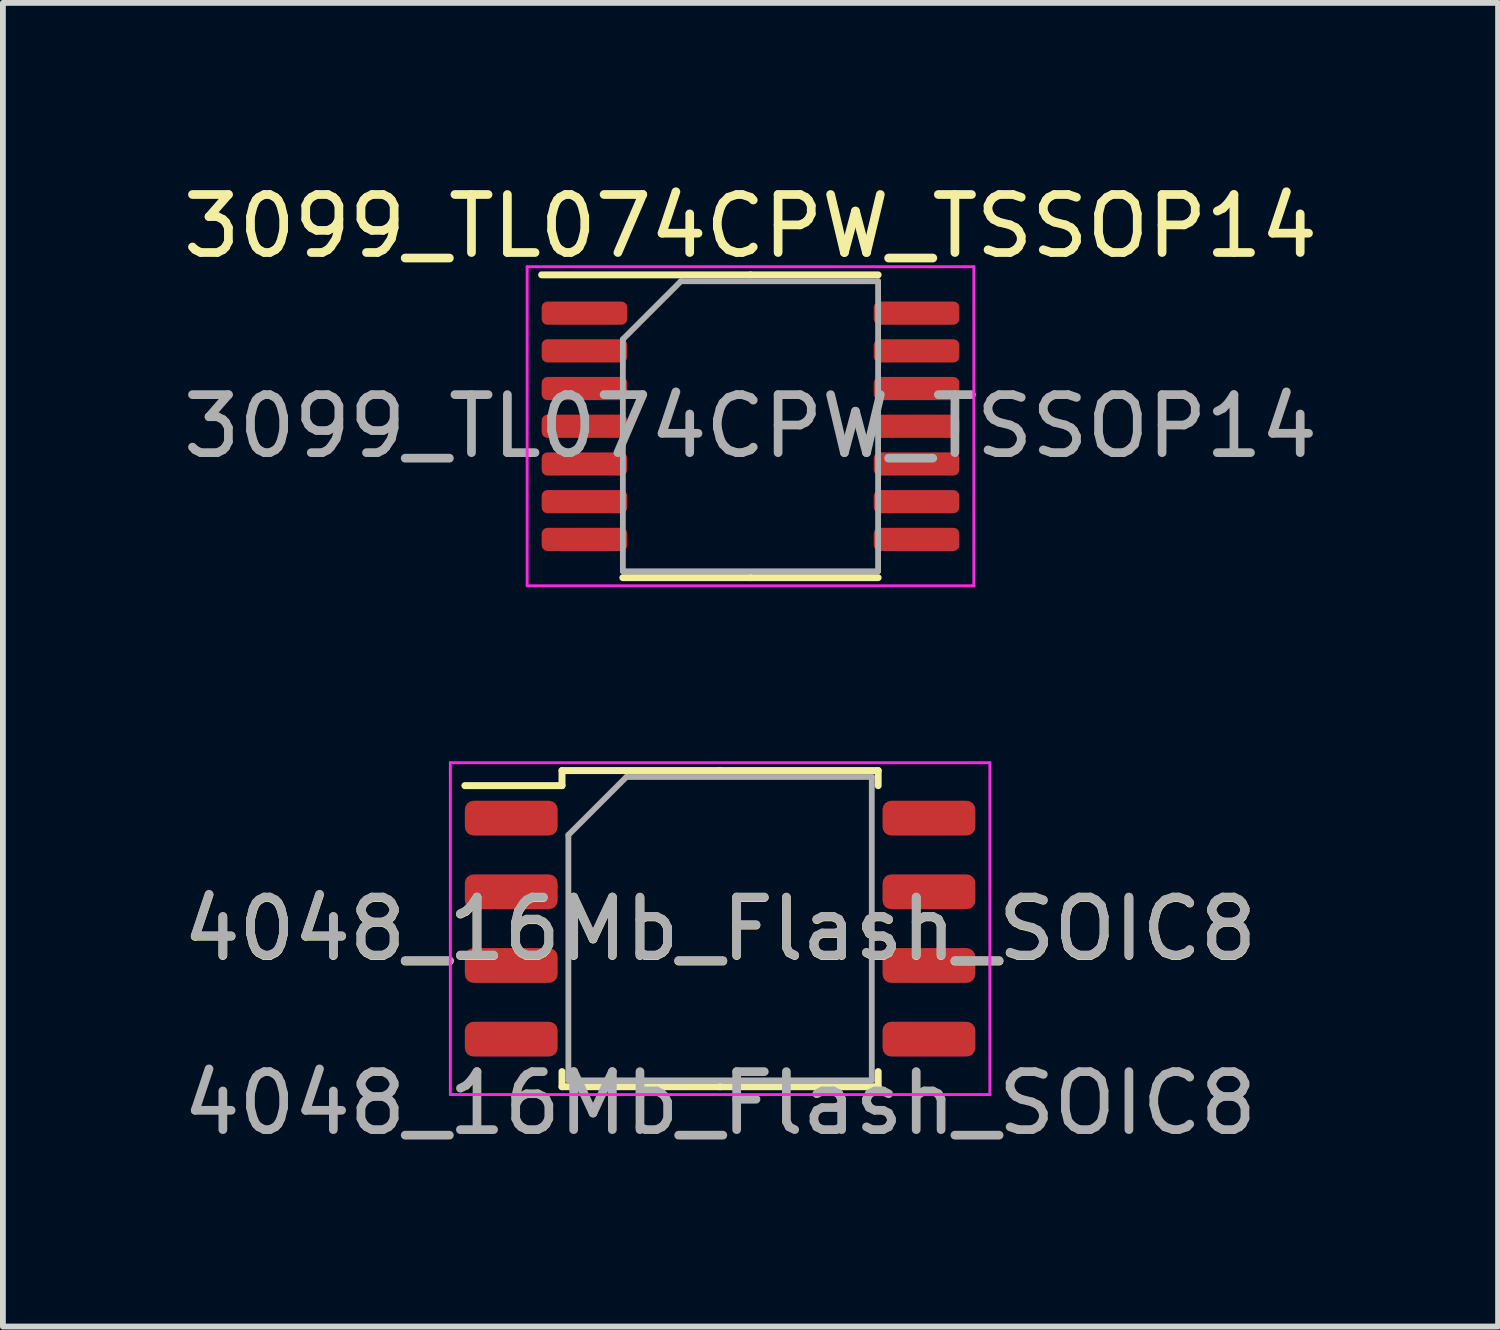
<source format=kicad_pcb>
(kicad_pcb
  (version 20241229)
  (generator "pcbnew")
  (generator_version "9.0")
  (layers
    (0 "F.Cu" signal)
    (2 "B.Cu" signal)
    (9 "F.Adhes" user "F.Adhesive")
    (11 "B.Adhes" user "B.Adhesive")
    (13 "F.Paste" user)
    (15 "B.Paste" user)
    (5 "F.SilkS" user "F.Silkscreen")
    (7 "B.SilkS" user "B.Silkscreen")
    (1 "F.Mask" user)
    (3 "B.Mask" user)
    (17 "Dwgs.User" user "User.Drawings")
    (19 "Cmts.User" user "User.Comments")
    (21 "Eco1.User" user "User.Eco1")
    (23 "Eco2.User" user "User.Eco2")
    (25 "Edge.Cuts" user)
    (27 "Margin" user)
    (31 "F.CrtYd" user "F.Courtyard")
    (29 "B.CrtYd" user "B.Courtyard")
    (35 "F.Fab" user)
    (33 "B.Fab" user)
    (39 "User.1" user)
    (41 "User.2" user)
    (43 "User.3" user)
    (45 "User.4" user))
  (footprint "4048_16Mb_Flash_SOIC8"
    (layer "F.Cu")
    (at 9.363 13.468)
    (property "Reference" "4048_16Mb_Flash_SOIC8" (at 0 -0.5 0) (unlocked yes) (layer "F.SilkS") (effects (font (size 1 1) (thickness 0.15))))
    (attr smd)
    (fp_line (start -2.725 -3.235) (end -2.725 -2.975) (stroke (width 0.12) (type solid)) (layer "F.SilkS"))
    (fp_line (start -2.725 -2.975) (end -4.4 -2.975) (stroke (width 0.12) (type solid)) (layer "F.SilkS"))
    (fp_line (start -2.725 2.215) (end -2.725 1.955) (stroke (width 0.12) (type solid)) (layer "F.SilkS"))
    (fp_line (start 0 -3.235) (end -2.725 -3.235) (stroke (width 0.12) (type solid)) (layer "F.SilkS"))
    (fp_line (start 0 -3.235) (end 2.725 -3.235) (stroke (width 0.12) (type solid)) (layer "F.SilkS"))
    (fp_line (start 0 2.215) (end -2.725 2.215) (stroke (width 0.12) (type solid)) (layer "F.SilkS"))
    (fp_line (start 0 2.215) (end 2.725 2.215) (stroke (width 0.12) (type solid)) (layer "F.SilkS"))
    (fp_line (start 2.725 -3.235) (end 2.725 -2.975) (stroke (width 0.12) (type solid)) (layer "F.SilkS"))
    (fp_line (start 2.725 2.215) (end 2.725 1.955) (stroke (width 0.12) (type solid)) (layer "F.SilkS"))
    (fp_line (start -4.65 -3.37) (end -4.65 2.35) (stroke (width 0.05) (type solid)) (layer "F.CrtYd"))
    (fp_line (start -4.65 2.35) (end 4.65 2.35) (stroke (width 0.05) (type solid)) (layer "F.CrtYd"))
    (fp_line (start 4.65 -3.37) (end -4.65 -3.37) (stroke (width 0.05) (type solid)) (layer "F.CrtYd"))
    (fp_line (start 4.65 2.35) (end 4.65 -3.37) (stroke (width 0.05) (type solid)) (layer "F.CrtYd"))
    (fp_line (start -2.615 -2.125) (end -1.615 -3.125) (stroke (width 0.1) (type solid)) (layer "F.Fab"))
    (fp_line (start -2.615 2.105) (end -2.615 -2.125) (stroke (width 0.1) (type solid)) (layer "F.Fab"))
    (fp_line (start -1.615 -3.125) (end 2.615 -3.125) (stroke (width 0.1) (type solid)) (layer "F.Fab"))
    (fp_line (start 2.615 -3.125) (end 2.615 2.105) (stroke (width 0.1) (type solid)) (layer "F.Fab"))
    (fp_line (start 2.615 2.105) (end -2.615 2.105) (stroke (width 0.1) (type solid)) (layer "F.Fab"))
    (fp_text user "${REFERENCE}" (at 0 -0.51 0) (layer "F.Fab") (effects (font (size 1 1) (thickness 0.15))))
    (fp_text user "${REFERENCE}" (at 0 2.5 0) (unlocked yes) (layer "F.Fab") (effects (font (size 1 1) (thickness 0.15))))
    (pad "1" smd roundrect (at -3.6 -2.415) (size 1.6 0.6) (layers "F.Cu" "F.Mask" "F.Paste") (roundrect_rratio 0.25))
    (pad "2" smd roundrect (at -3.6 -1.145) (size 1.6 0.6) (layers "F.Cu" "F.Mask" "F.Paste") (roundrect_rratio 0.25))
    (pad "3" smd roundrect (at -3.6 0.125) (size 1.6 0.6) (layers "F.Cu" "F.Mask" "F.Paste") (roundrect_rratio 0.25))
    (pad "4" smd roundrect (at -3.6 1.395) (size 1.6 0.6) (layers "F.Cu" "F.Mask" "F.Paste") (roundrect_rratio 0.25))
    (pad "5" smd roundrect (at 3.6 1.395) (size 1.6 0.6) (layers "F.Cu" "F.Mask" "F.Paste") (roundrect_rratio 0.25))
    (pad "6" smd roundrect (at 3.6 0.125) (size 1.6 0.6) (layers "F.Cu" "F.Mask" "F.Paste") (roundrect_rratio 0.25))
    (pad "7" smd roundrect (at 3.6 -1.145) (size 1.6 0.6) (layers "F.Cu" "F.Mask" "F.Paste") (roundrect_rratio 0.25))
    (pad "8" smd roundrect (at 3.6 -2.415) (size 1.6 0.6) (layers "F.Cu" "F.Mask" "F.Paste") (roundrect_rratio 0.25)))
  (footprint "3099_TL074CPW_TSSOP14"
    (layer "F.Cu")
    (at 9.887 4.298)
    (property "Reference" "3099_TL074CPW_TSSOP14" (at 0 -3.45 0) (layer "F.SilkS") (effects (font (size 1 1) (thickness 0.15))))
    (attr smd)
    (fp_line (start 0 -2.61) (end -3.6 -2.61) (stroke (width 0.12) (type solid)) (layer "F.SilkS"))
    (fp_line (start 0 -2.61) (end 2.2 -2.61) (stroke (width 0.12) (type solid)) (layer "F.SilkS"))
    (fp_line (start 0 2.61) (end -2.2 2.61) (stroke (width 0.12) (type solid)) (layer "F.SilkS"))
    (fp_line (start 0 2.61) (end 2.2 2.61) (stroke (width 0.12) (type solid)) (layer "F.SilkS"))
    (fp_line (start -3.85 -2.75) (end -3.85 2.75) (stroke (width 0.05) (type solid)) (layer "F.CrtYd"))
    (fp_line (start -3.85 2.75) (end 3.85 2.75) (stroke (width 0.05) (type solid)) (layer "F.CrtYd"))
    (fp_line (start 3.85 -2.75) (end -3.85 -2.75) (stroke (width 0.05) (type solid)) (layer "F.CrtYd"))
    (fp_line (start 3.85 2.75) (end 3.85 -2.75) (stroke (width 0.05) (type solid)) (layer "F.CrtYd"))
    (fp_line (start -2.2 -1.5) (end -1.2 -2.5) (stroke (width 0.1) (type solid)) (layer "F.Fab"))
    (fp_line (start -2.2 2.5) (end -2.2 -1.5) (stroke (width 0.1) (type solid)) (layer "F.Fab"))
    (fp_line (start -1.2 -2.5) (end 2.2 -2.5) (stroke (width 0.1) (type solid)) (layer "F.Fab"))
    (fp_line (start 2.2 -2.5) (end 2.2 2.5) (stroke (width 0.1) (type solid)) (layer "F.Fab"))
    (fp_line (start 2.2 2.5) (end -2.2 2.5) (stroke (width 0.1) (type solid)) (layer "F.Fab"))
    (fp_text user "${REFERENCE}" (at 0 0 0) (layer "F.Fab") (effects (font (size 1 1) (thickness 0.15))))
    (pad "1" smd roundrect (at -2.862 -1.95) (size 1.475 0.4) (layers "F.Cu" "F.Mask" "F.Paste") (roundrect_rratio 0.25))
    (pad "2" smd roundrect (at -2.862 -1.3) (size 1.475 0.4) (layers "F.Cu" "F.Mask" "F.Paste") (roundrect_rratio 0.25))
    (pad "3" smd roundrect (at -2.862 -0.65) (size 1.475 0.4) (layers "F.Cu" "F.Mask" "F.Paste") (roundrect_rratio 0.25))
    (pad "4" smd roundrect (at -2.862 0) (size 1.475 0.4) (layers "F.Cu" "F.Mask" "F.Paste") (roundrect_rratio 0.25))
    (pad "5" smd roundrect (at -2.862 0.65) (size 1.475 0.4) (layers "F.Cu" "F.Mask" "F.Paste") (roundrect_rratio 0.25))
    (pad "6" smd roundrect (at -2.862 1.3) (size 1.475 0.4) (layers "F.Cu" "F.Mask" "F.Paste") (roundrect_rratio 0.25))
    (pad "7" smd roundrect (at -2.862 1.95) (size 1.475 0.4) (layers "F.Cu" "F.Mask" "F.Paste") (roundrect_rratio 0.25))
    (pad "8" smd roundrect (at 2.862 1.95) (size 1.475 0.4) (layers "F.Cu" "F.Mask" "F.Paste") (roundrect_rratio 0.25))
    (pad "9" smd roundrect (at 2.862 1.3) (size 1.475 0.4) (layers "F.Cu" "F.Mask" "F.Paste") (roundrect_rratio 0.25))
    (pad "10" smd roundrect (at 2.862 0.65) (size 1.475 0.4) (layers "F.Cu" "F.Mask" "F.Paste") (roundrect_rratio 0.25))
    (pad "11" smd roundrect (at 2.862 0) (size 1.475 0.4) (layers "F.Cu" "F.Mask" "F.Paste") (roundrect_rratio 0.25))
    (pad "12" smd roundrect (at 2.862 -0.65) (size 1.475 0.4) (layers "F.Cu" "F.Mask" "F.Paste") (roundrect_rratio 0.25))
    (pad "13" smd roundrect (at 2.862 -1.3) (size 1.475 0.4) (layers "F.Cu" "F.Mask" "F.Paste") (roundrect_rratio 0.25))
    (pad "14" smd roundrect (at 2.862 -1.95) (size 1.475 0.4) (layers "F.Cu" "F.Mask" "F.Paste") (roundrect_rratio 0.25)))
  (gr_rect
    (start -3 -3)
    (end 22.774 19.817)
    (stroke (width 0.1) (type default))
    (fill no)
    (layer "Edge.Cuts")))
</source>
